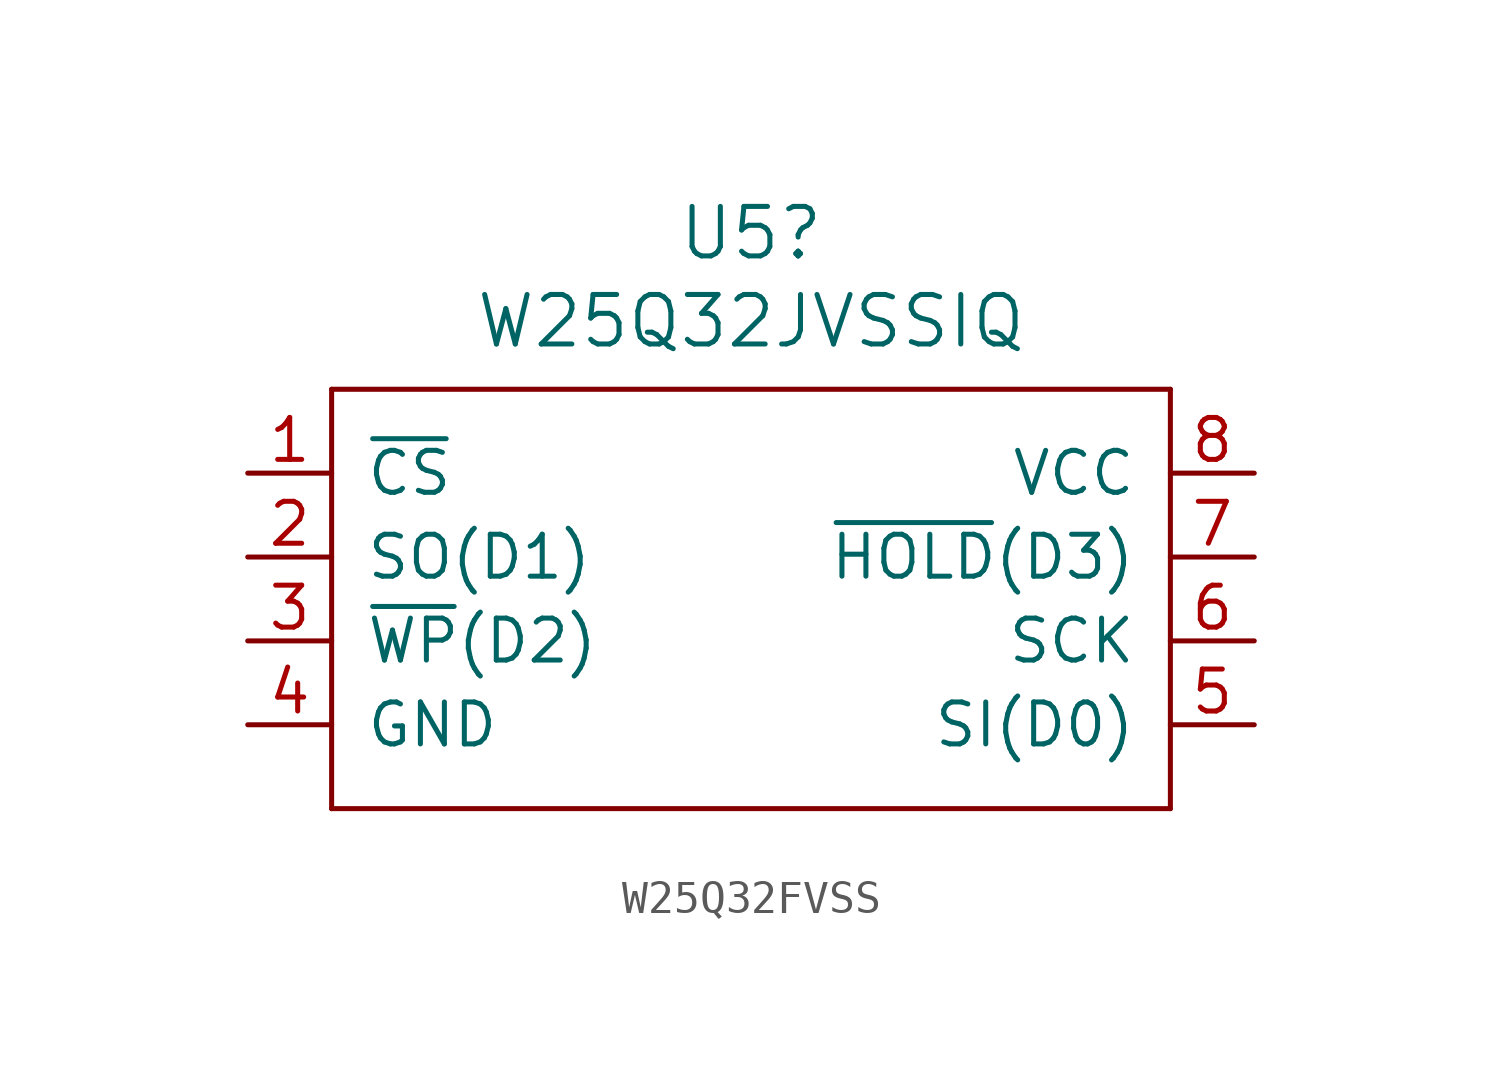
<source format=kicad_sym>
(kicad_symbol_lib
  (version 20231120)
  (generator "kicad_symbol_editor")
  (generator_version "8.0")
  (symbol "W25Q32FVSS"
    (pin_names
      (offset 1.016))
    (property "Reference" "U5"
      (at 0 9.804 0)
      (effects (font (size 1.499 1.499))))
    (property "Value" "W25Q32JVSSIQ"
      (at 0 7.137 0)
      (effects (font (size 1.499 1.499))))
    (symbol "W25Q32FVSS_1_0"
      (polyline (pts (xy -12.7 -7.62) (xy -12.7 5.08)) (stroke (width 0) (type default)) (fill (type none)))
      (polyline (pts (xy -12.7 5.08) (xy 12.7 5.08)) (stroke (width 0) (type default)) (fill (type none)))
      (polyline (pts (xy 12.7 -7.62) (xy -12.7 -7.62)) (stroke (width 0) (type default)) (fill (type none)))
      (polyline (pts (xy 12.7 5.08) (xy 12.7 -7.62)) (stroke (width 0) (type default)) (fill (type none)))
      (pin input line (at -15.24 2.54 0) (length 2.54) (name "~{CS}" (effects (font (size 1.27 1.27)))) (number "1" (effects (font (size 1.27 1.27)))))
      (pin bidirectional line (at -15.24 0 0) (length 2.54) (name "SO(D1)" (effects (font (size 1.27 1.27)))) (number "2" (effects (font (size 1.27 1.27)))))
      (pin bidirectional line (at -15.24 -2.54 0) (length 2.54) (name "~{WP}(D2)" (effects (font (size 1.27 1.27)))) (number "3" (effects (font (size 1.27 1.27)))))
      (pin power_in line (at -15.24 -5.08 0) (length 2.54) (name "GND" (effects (font (size 1.27 1.27)))) (number "4" (effects (font (size 1.27 1.27)))))
      (pin bidirectional line (at 15.24 -5.08 180) (length 2.54) (name "SI(D0)" (effects (font (size 1.27 1.27)))) (number "5" (effects (font (size 1.27 1.27)))))
      (pin bidirectional line (at 15.24 -2.54 180) (length 2.54) (name "SCK" (effects (font (size 1.27 1.27)))) (number "6" (effects (font (size 1.27 1.27)))))
      (pin bidirectional line (at 15.24 0 180) (length 2.54) (name "~{HOLD}(D3)" (effects (font (size 1.27 1.27)))) (number "7" (effects (font (size 1.27 1.27)))))
      (pin power_in line (at 15.24 2.54 180) (length 2.54) (name "VCC" (effects (font (size 1.27 1.27)))) (number "8" (effects (font (size 1.27 1.27))))))))
</source>
